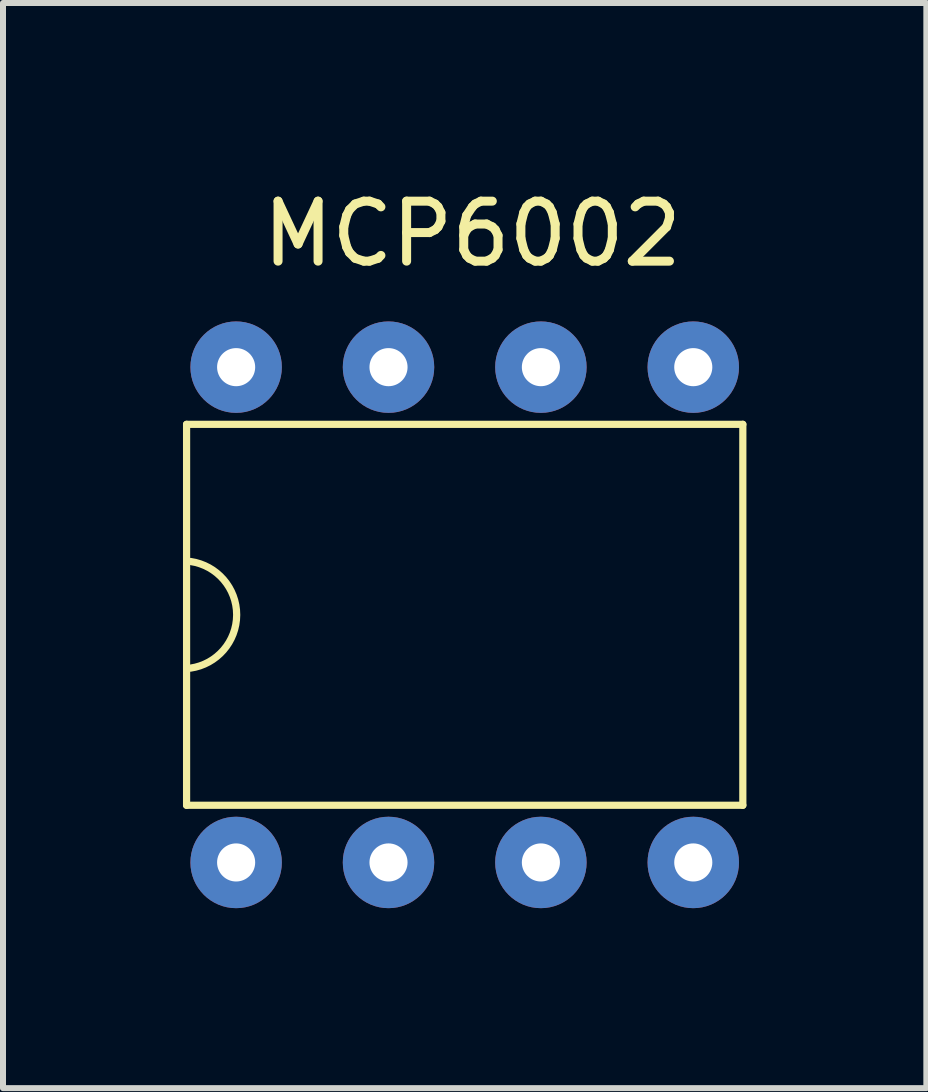
<source format=kicad_pcb>
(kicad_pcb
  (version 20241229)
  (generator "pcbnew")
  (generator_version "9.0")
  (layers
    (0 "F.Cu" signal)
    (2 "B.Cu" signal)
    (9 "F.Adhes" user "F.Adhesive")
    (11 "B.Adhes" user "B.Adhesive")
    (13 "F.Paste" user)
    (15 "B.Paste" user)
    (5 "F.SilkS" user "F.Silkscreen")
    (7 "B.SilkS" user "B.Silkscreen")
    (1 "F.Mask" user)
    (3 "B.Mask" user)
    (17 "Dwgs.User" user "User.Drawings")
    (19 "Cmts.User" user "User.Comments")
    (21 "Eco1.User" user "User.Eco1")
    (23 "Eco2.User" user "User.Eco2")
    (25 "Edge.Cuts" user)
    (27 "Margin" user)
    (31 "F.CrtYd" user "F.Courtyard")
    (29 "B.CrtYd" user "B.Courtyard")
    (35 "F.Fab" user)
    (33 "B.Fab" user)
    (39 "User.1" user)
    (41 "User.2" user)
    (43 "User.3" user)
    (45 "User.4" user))
  (footprint "MCP6002"
    (layer "F.Cu")
    (at 4.696 7.198)
    (property "Reference" "MCP6002" (at 0.127 -6.35 0) (layer "F.SilkS") (effects (font (size 1 1) (thickness 0.15))))
    (attr through_hole)
    (fp_line (start -4.636 -3.175) (end -4.636 3.175) (stroke (width 0.12) (type solid)) (layer "F.SilkS"))
    (fp_line (start -4.636 3.175) (end 4.636 3.175) (stroke (width 0.12) (type solid)) (layer "F.SilkS"))
    (fp_line (start 4.636 -3.175) (end -4.636 -3.175) (stroke (width 0.12) (type solid)) (layer "F.SilkS"))
    (fp_line (start 4.636 3.175) (end 4.636 -3.175) (stroke (width 0.12) (type solid)) (layer "F.SilkS"))
    (fp_arc (start -4.569537 -0.888645) (mid -3.800975 0.001244) (end -4.572 0.889) (stroke (width 0.12) (type solid)) (layer "F.SilkS"))
    (pad "1" thru_hole circle (at -3.81 4.128) (size 1.524 1.524) (drill 0.635) (layers "*.Cu" "*.Mask"))
    (pad "2" thru_hole circle (at -1.27 4.128) (size 1.524 1.524) (drill 0.635) (layers "*.Cu" "*.Mask"))
    (pad "3" thru_hole circle (at 1.27 4.128) (size 1.524 1.524) (drill 0.635) (layers "*.Cu" "*.Mask"))
    (pad "4" thru_hole circle (at 3.81 4.128) (size 1.524 1.524) (drill 0.635) (layers "*.Cu" "*.Mask"))
    (pad "5" thru_hole circle (at 3.81 -4.128) (size 1.524 1.524) (drill 0.635) (layers "*.Cu" "*.Mask"))
    (pad "6" thru_hole circle (at 1.27 -4.128) (size 1.524 1.524) (drill 0.635) (layers "*.Cu" "*.Mask"))
    (pad "7" thru_hole circle (at -1.27 -4.128) (size 1.524 1.524) (drill 0.635) (layers "*.Cu" "*.Mask"))
    (pad "8" thru_hole circle (at -3.81 -4.128) (size 1.524 1.524) (drill 0.635) (layers "*.Cu" "*.Mask")))
  (gr_rect
    (start -3 -3)
    (end 12.391 15.088)
    (stroke (width 0.1) (type default))
    (fill no)
    (layer "Edge.Cuts")))
</source>
